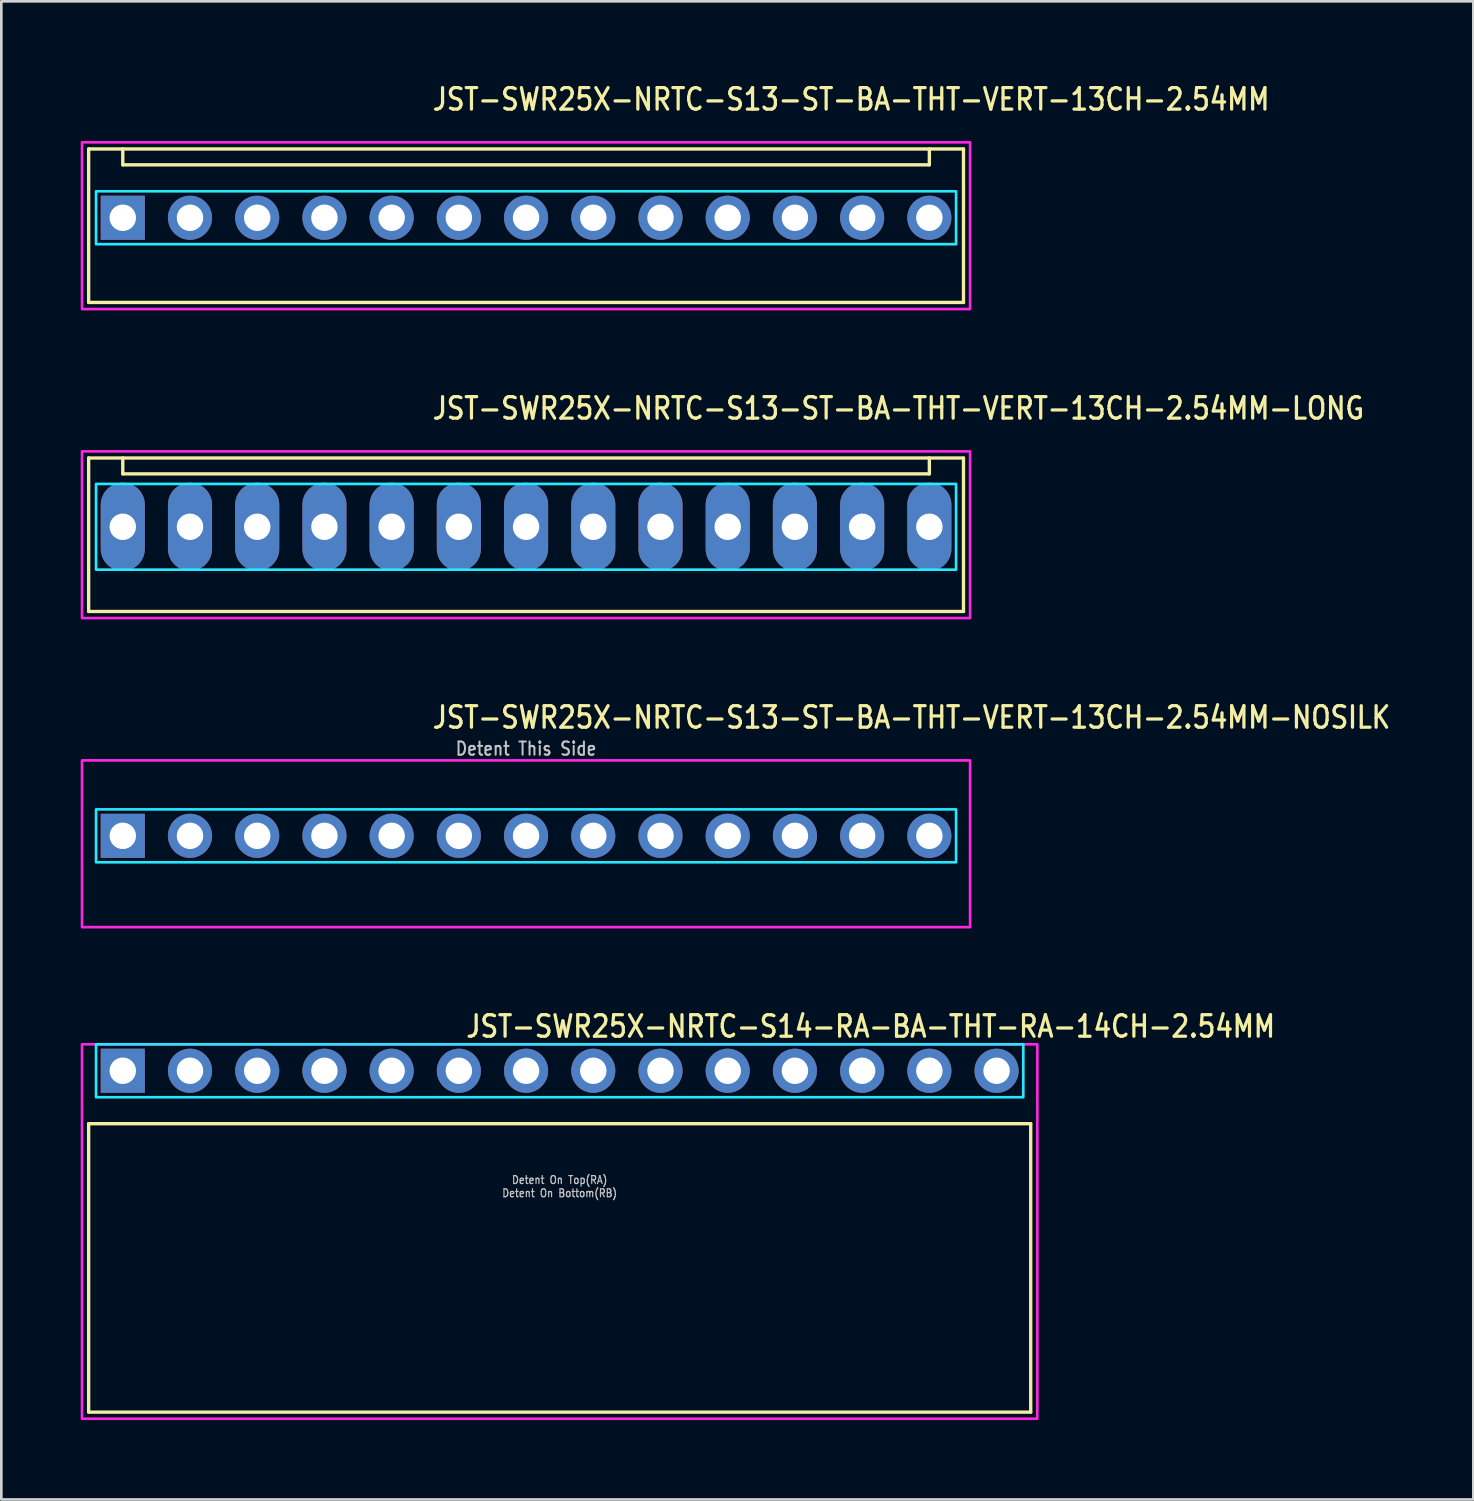
<source format=kicad_pcb>
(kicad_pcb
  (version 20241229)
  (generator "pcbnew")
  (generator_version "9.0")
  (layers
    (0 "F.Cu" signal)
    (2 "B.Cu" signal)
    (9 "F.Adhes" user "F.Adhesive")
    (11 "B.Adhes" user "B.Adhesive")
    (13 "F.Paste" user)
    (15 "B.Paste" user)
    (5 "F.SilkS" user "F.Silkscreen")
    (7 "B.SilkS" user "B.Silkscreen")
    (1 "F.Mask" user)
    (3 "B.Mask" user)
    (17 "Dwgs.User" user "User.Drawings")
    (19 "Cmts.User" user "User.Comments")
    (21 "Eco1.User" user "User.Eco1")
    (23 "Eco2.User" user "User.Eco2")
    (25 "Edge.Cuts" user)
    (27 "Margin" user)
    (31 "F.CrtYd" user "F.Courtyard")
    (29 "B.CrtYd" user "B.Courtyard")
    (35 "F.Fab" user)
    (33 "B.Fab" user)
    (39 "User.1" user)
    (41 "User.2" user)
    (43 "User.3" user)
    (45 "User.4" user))
  (footprint "JST-SWR25X-NRTC-S13-ST-BA-THT-VERT-13CH-2.54MM-LONG"
    (layer "F.Cu")
    (at 16.83 16.857)
    (property "Reference" "JST-SWR25X-NRTC-S13-ST-BA-THT-VERT-13CH-2.54MM-LONG" (at -3.6 -4 0) (unlocked yes) (layer "F.SilkS") (effects (font (size 0.813 0.695) (thickness 0.122)) (justify left bottom)))
    (fp_line (start -16.53 -2.6) (end 16.53 -2.6) (stroke (width 0.127) (type solid)) (layer "F.SilkS"))
    (fp_line (start -16.53 3.2) (end -16.53 -2.6) (stroke (width 0.127) (type solid)) (layer "F.SilkS"))
    (fp_line (start -16.53 3.2) (end 16.53 3.2) (stroke (width 0.127) (type solid)) (layer "F.SilkS"))
    (fp_line (start -15.24 -2.6) (end -15.24 -2) (stroke (width 0.127) (type solid)) (layer "F.SilkS"))
    (fp_line (start -15.24 -2) (end 15.24 -2) (stroke (width 0.127) (type solid)) (layer "F.SilkS"))
    (fp_line (start 15.24 -2.6) (end 15.24 -2) (stroke (width 0.127) (type solid)) (layer "F.SilkS"))
    (fp_line (start 16.53 -2.6) (end 16.53 3.2) (stroke (width 0.127) (type solid)) (layer "F.SilkS"))
    (fp_poly (pts (xy -16.25 -1.62) (xy -16.25 1.62) (xy 16.25 1.62) (xy 16.25 -1.62)) (stroke (width 0.1) (type solid)) (fill no) (layer "B.CrtYd"))
    (fp_poly (pts (xy -16.78 -2.85) (xy -16.78 3.45) (xy 16.78 3.45) (xy 16.78 -2.85)) (stroke (width 0.1) (type solid)) (fill no) (layer "F.CrtYd"))
    (pad "1" thru_hole oval (at -15.24 0 90) (size 3.333 1.667) (drill 1) (layers "*.Cu" "*.Mask"))
    (pad "2" thru_hole oval (at -12.7 0 90) (size 3.333 1.667) (drill 1) (layers "*.Cu" "*.Mask"))
    (pad "3" thru_hole oval (at -10.16 0 90) (size 3.333 1.667) (drill 1) (layers "*.Cu" "*.Mask"))
    (pad "4" thru_hole oval (at -7.62 0 90) (size 3.333 1.667) (drill 1) (layers "*.Cu" "*.Mask"))
    (pad "5" thru_hole oval (at -5.08 0 90) (size 3.333 1.667) (drill 1) (layers "*.Cu" "*.Mask"))
    (pad "6" thru_hole oval (at -2.54 0 90) (size 3.333 1.667) (drill 1) (layers "*.Cu" "*.Mask"))
    (pad "7" thru_hole oval (at 0 0 90) (size 3.333 1.667) (drill 1) (layers "*.Cu" "*.Mask"))
    (pad "8" thru_hole oval (at 2.54 0 90) (size 3.333 1.667) (drill 1) (layers "*.Cu" "*.Mask"))
    (pad "9" thru_hole oval (at 5.08 0 90) (size 3.333 1.667) (drill 1) (layers "*.Cu" "*.Mask"))
    (pad "10" thru_hole oval (at 7.62 0 90) (size 3.333 1.667) (drill 1) (layers "*.Cu" "*.Mask"))
    (pad "11" thru_hole oval (at 10.16 0 90) (size 3.333 1.667) (drill 1) (layers "*.Cu" "*.Mask"))
    (pad "12" thru_hole oval (at 12.7 0 90) (size 3.333 1.667) (drill 1) (layers "*.Cu" "*.Mask"))
    (pad "13" thru_hole oval (at 15.24 0 90) (size 3.333 1.667) (drill 1) (layers "*.Cu" "*.Mask")))
  (footprint "JST-SWR25X-NRTC-S13-ST-BA-THT-VERT-13CH-2.54MM-NOSILK"
    (layer "F.Cu")
    (at 16.83 28.536)
    (property "Reference" "JST-SWR25X-NRTC-S13-ST-BA-THT-VERT-13CH-2.54MM-NOSILK" (at -3.6 -4 0) (unlocked yes) (layer "F.SilkS") (effects (font (size 0.813 0.695) (thickness 0.122)) (justify left bottom)))
    (fp_poly (pts (xy -16.25 -1) (xy -16.25 1) (xy 16.25 1) (xy 16.25 -1)) (stroke (width 0.1) (type solid)) (fill no) (layer "B.CrtYd"))
    (fp_poly (pts (xy -16.78 -2.85) (xy -16.78 3.45) (xy 16.78 3.45) (xy 16.78 -2.85)) (stroke (width 0.1) (type solid)) (fill no) (layer "F.CrtYd"))
    (fp_text user "Detent This Side" (at 0 -3 0) (unlocked yes) (layer "Dwgs.User") (effects (font (size 0.5 0.427) (thickness 0.075)) (justify bottom)))
    (pad "1" thru_hole rect (at -15.24 0) (size 1.667 1.667) (drill 1) (layers "*.Cu" "*.Mask"))
    (pad "2" thru_hole oval (at -12.7 0) (size 1.667 1.667) (drill 1) (layers "*.Cu" "*.Mask"))
    (pad "3" thru_hole oval (at -10.16 0) (size 1.667 1.667) (drill 1) (layers "*.Cu" "*.Mask"))
    (pad "4" thru_hole oval (at -7.62 0) (size 1.667 1.667) (drill 1) (layers "*.Cu" "*.Mask"))
    (pad "5" thru_hole oval (at -5.08 0) (size 1.667 1.667) (drill 1) (layers "*.Cu" "*.Mask"))
    (pad "6" thru_hole oval (at -2.54 0) (size 1.667 1.667) (drill 1) (layers "*.Cu" "*.Mask"))
    (pad "7" thru_hole oval (at 0 0) (size 1.667 1.667) (drill 1) (layers "*.Cu" "*.Mask"))
    (pad "8" thru_hole oval (at 2.54 0) (size 1.667 1.667) (drill 1) (layers "*.Cu" "*.Mask"))
    (pad "9" thru_hole oval (at 5.08 0) (size 1.667 1.667) (drill 1) (layers "*.Cu" "*.Mask"))
    (pad "10" thru_hole oval (at 7.62 0) (size 1.667 1.667) (drill 1) (layers "*.Cu" "*.Mask"))
    (pad "11" thru_hole oval (at 10.16 0) (size 1.667 1.667) (drill 1) (layers "*.Cu" "*.Mask"))
    (pad "12" thru_hole oval (at 12.7 0) (size 1.667 1.667) (drill 1) (layers "*.Cu" "*.Mask"))
    (pad "13" thru_hole oval (at 15.24 0) (size 1.667 1.667) (drill 1) (layers "*.Cu" "*.Mask")))
  (footprint "JST-SWR25X-NRTC-S13-ST-BA-THT-VERT-13CH-2.54MM"
    (layer "F.Cu")
    (at 16.83 5.179)
    (property "Reference" "JST-SWR25X-NRTC-S13-ST-BA-THT-VERT-13CH-2.54MM" (at -3.6 -4 0) (unlocked yes) (layer "F.SilkS") (effects (font (size 0.813 0.695) (thickness 0.122)) (justify left bottom)))
    (fp_line (start -16.53 -2.6) (end 16.53 -2.6) (stroke (width 0.127) (type solid)) (layer "F.SilkS"))
    (fp_line (start -16.53 3.2) (end -16.53 -2.6) (stroke (width 0.127) (type solid)) (layer "F.SilkS"))
    (fp_line (start -16.53 3.2) (end 16.53 3.2) (stroke (width 0.127) (type solid)) (layer "F.SilkS"))
    (fp_line (start -15.24 -2.6) (end -15.24 -2) (stroke (width 0.127) (type solid)) (layer "F.SilkS"))
    (fp_line (start -15.24 -2) (end 15.24 -2) (stroke (width 0.127) (type solid)) (layer "F.SilkS"))
    (fp_line (start 15.24 -2.6) (end 15.24 -2) (stroke (width 0.127) (type solid)) (layer "F.SilkS"))
    (fp_line (start 16.53 -2.6) (end 16.53 3.2) (stroke (width 0.127) (type solid)) (layer "F.SilkS"))
    (fp_poly (pts (xy -16.25 -1) (xy -16.25 1) (xy 16.25 1) (xy 16.25 -1)) (stroke (width 0.1) (type solid)) (fill no) (layer "B.CrtYd"))
    (fp_poly (pts (xy -16.78 -2.85) (xy -16.78 3.45) (xy 16.78 3.45) (xy 16.78 -2.85)) (stroke (width 0.1) (type solid)) (fill no) (layer "F.CrtYd"))
    (pad "1" thru_hole rect (at -15.24 0) (size 1.667 1.667) (drill 1) (layers "*.Cu" "*.Mask"))
    (pad "2" thru_hole oval (at -12.7 0) (size 1.667 1.667) (drill 1) (layers "*.Cu" "*.Mask"))
    (pad "3" thru_hole oval (at -10.16 0) (size 1.667 1.667) (drill 1) (layers "*.Cu" "*.Mask"))
    (pad "4" thru_hole oval (at -7.62 0) (size 1.667 1.667) (drill 1) (layers "*.Cu" "*.Mask"))
    (pad "5" thru_hole oval (at -5.08 0) (size 1.667 1.667) (drill 1) (layers "*.Cu" "*.Mask"))
    (pad "6" thru_hole oval (at -2.54 0) (size 1.667 1.667) (drill 1) (layers "*.Cu" "*.Mask"))
    (pad "7" thru_hole oval (at 0 0) (size 1.667 1.667) (drill 1) (layers "*.Cu" "*.Mask"))
    (pad "8" thru_hole oval (at 2.54 0) (size 1.667 1.667) (drill 1) (layers "*.Cu" "*.Mask"))
    (pad "9" thru_hole oval (at 5.08 0) (size 1.667 1.667) (drill 1) (layers "*.Cu" "*.Mask"))
    (pad "10" thru_hole oval (at 7.62 0) (size 1.667 1.667) (drill 1) (layers "*.Cu" "*.Mask"))
    (pad "11" thru_hole oval (at 10.16 0) (size 1.667 1.667) (drill 1) (layers "*.Cu" "*.Mask"))
    (pad "12" thru_hole oval (at 12.7 0) (size 1.667 1.667) (drill 1) (layers "*.Cu" "*.Mask"))
    (pad "13" thru_hole oval (at 15.24 0) (size 1.667 1.667) (drill 1) (layers "*.Cu" "*.Mask")))
  (footprint "JST-SWR25X-NRTC-S14-RA-BA-THT-RA-14CH-2.54MM"
    (layer "F.Cu")
    (at 18.1 37.414)
    (property "Reference" "JST-SWR25X-NRTC-S14-RA-BA-THT-RA-14CH-2.54MM" (at -3.6 -1.2 0) (unlocked yes) (layer "F.SilkS") (effects (font (size 0.813 0.695) (thickness 0.122)) (justify left bottom)))
    (fp_line (start -17.8 2) (end 17.8 2) (stroke (width 0.127) (type solid)) (layer "F.SilkS"))
    (fp_line (start -17.8 12.9) (end -17.8 2) (stroke (width 0.127) (type solid)) (layer "F.SilkS"))
    (fp_line (start -17.8 12.9) (end 17.8 12.9) (stroke (width 0.127) (type solid)) (layer "F.SilkS"))
    (fp_line (start 17.8 2) (end 17.8 12.9) (stroke (width 0.127) (type solid)) (layer "F.SilkS"))
    (fp_poly (pts (xy -17.52 -1) (xy -17.52 1) (xy 17.52 1) (xy 17.52 -1)) (stroke (width 0.1) (type solid)) (fill no) (layer "B.CrtYd"))
    (fp_poly (pts (xy -18.05 -1) (xy -18.05 13.15) (xy 18.05 13.15) (xy 18.05 -1)) (stroke (width 0.1) (type solid)) (fill no) (layer "F.CrtYd"))
    (fp_text user "Detent On Top(RA)" (at 0 4.3 0) (unlocked yes) (layer "Dwgs.User") (effects (font (size 0.3 0.257) (thickness 0.045)) (justify bottom)))
    (fp_text user "Detent On Bottom(RB)" (at 0 4.8 0) (unlocked yes) (layer "Dwgs.User") (effects (font (size 0.3 0.257) (thickness 0.045)) (justify bottom)))
    (pad "1" thru_hole rect (at -16.51 0) (size 1.667 1.667) (drill 1) (layers "*.Cu" "*.Mask"))
    (pad "2" thru_hole oval (at -13.97 0) (size 1.667 1.667) (drill 1) (layers "*.Cu" "*.Mask"))
    (pad "3" thru_hole oval (at -11.43 0) (size 1.667 1.667) (drill 1) (layers "*.Cu" "*.Mask"))
    (pad "4" thru_hole oval (at -8.89 0) (size 1.667 1.667) (drill 1) (layers "*.Cu" "*.Mask"))
    (pad "5" thru_hole oval (at -6.35 0) (size 1.667 1.667) (drill 1) (layers "*.Cu" "*.Mask"))
    (pad "6" thru_hole oval (at -3.81 0) (size 1.667 1.667) (drill 1) (layers "*.Cu" "*.Mask"))
    (pad "7" thru_hole oval (at -1.27 0) (size 1.667 1.667) (drill 1) (layers "*.Cu" "*.Mask"))
    (pad "8" thru_hole oval (at 1.27 0) (size 1.667 1.667) (drill 1) (layers "*.Cu" "*.Mask"))
    (pad "9" thru_hole oval (at 3.81 0) (size 1.667 1.667) (drill 1) (layers "*.Cu" "*.Mask"))
    (pad "10" thru_hole oval (at 6.35 0) (size 1.667 1.667) (drill 1) (layers "*.Cu" "*.Mask"))
    (pad "11" thru_hole oval (at 8.89 0) (size 1.667 1.667) (drill 1) (layers "*.Cu" "*.Mask"))
    (pad "12" thru_hole oval (at 11.43 0) (size 1.667 1.667) (drill 1) (layers "*.Cu" "*.Mask"))
    (pad "13" thru_hole oval (at 13.97 0) (size 1.667 1.667) (drill 1) (layers "*.Cu" "*.Mask"))
    (pad "14" thru_hole oval (at 16.51 0) (size 1.667 1.667) (drill 1) (layers "*.Cu" "*.Mask")))
  (gr_rect
    (start -3 -3)
    (end 52.627 53.614)
    (stroke (width 0.1) (type default))
    (fill no)
    (layer "Edge.Cuts")))
</source>
